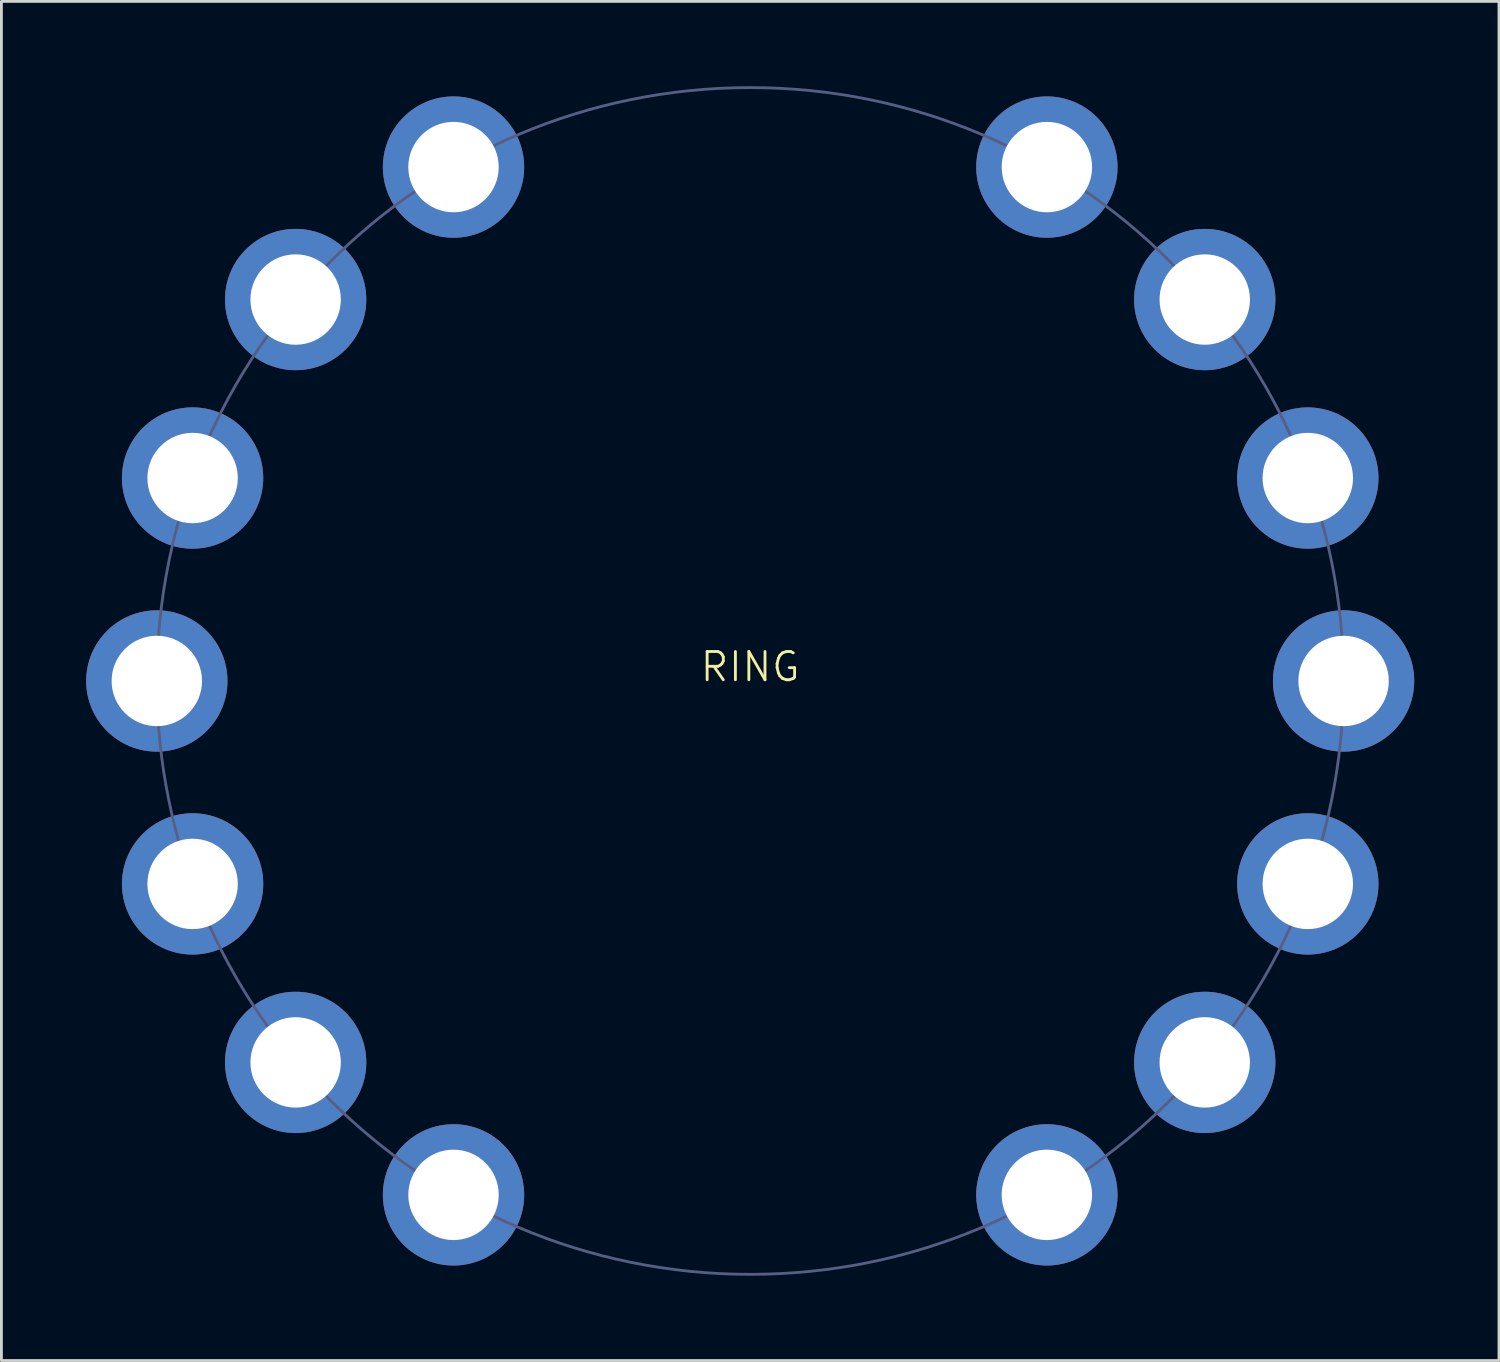
<source format=kicad_pcb>
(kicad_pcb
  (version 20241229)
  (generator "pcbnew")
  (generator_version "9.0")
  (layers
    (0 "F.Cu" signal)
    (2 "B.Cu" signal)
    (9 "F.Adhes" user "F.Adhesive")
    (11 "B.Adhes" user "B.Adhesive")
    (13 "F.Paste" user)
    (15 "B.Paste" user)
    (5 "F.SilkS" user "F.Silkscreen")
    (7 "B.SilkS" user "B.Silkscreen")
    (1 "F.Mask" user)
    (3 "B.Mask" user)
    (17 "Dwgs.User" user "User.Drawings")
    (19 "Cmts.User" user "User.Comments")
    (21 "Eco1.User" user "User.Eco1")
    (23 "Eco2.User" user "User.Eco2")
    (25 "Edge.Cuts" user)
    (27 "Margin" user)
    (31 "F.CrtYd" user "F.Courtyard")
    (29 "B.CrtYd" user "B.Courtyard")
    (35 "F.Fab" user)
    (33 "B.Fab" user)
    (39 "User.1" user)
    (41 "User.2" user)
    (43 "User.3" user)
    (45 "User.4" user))
  (footprint "RING"
    (layer "F.Cu")
    (at 23.5 21.05)
    (property "Reference" "RING" (at 0 -0.5 0) (unlocked yes) (layer "F.SilkS") (effects (font (size 1 1) (thickness 0.1))))
    (attr through_hole)
    (fp_circle (center 0 0) (end 21 0) (stroke (width 0.1) (type default)) (fill no) (layer "B.Fab"))
    (pad "1" thru_hole circle (at -10.5 -18.187 300) (size 5 5) (drill 3.2) (layers "*.Cu" "*.Mask"))
    (pad "2" thru_hole circle (at -16.087 -13.499 320) (size 5 5) (drill 3.2) (layers "*.Cu" "*.Mask"))
    (pad "3" thru_hole circle (at -19.734 -7.182 340) (size 5 5) (drill 3.2) (layers "*.Cu" "*.Mask"))
    (pad "4" thru_hole circle (at -21 0) (size 5 5) (drill 3.2) (layers "*.Cu" "*.Mask"))
    (pad "5" thru_hole circle (at -19.734 7.182 20) (size 5 5) (drill 3.2) (layers "*.Cu" "*.Mask"))
    (pad "6" thru_hole circle (at -16.087 13.499 40) (size 5 5) (drill 3.2) (layers "*.Cu" "*.Mask"))
    (pad "7" thru_hole circle (at -10.5 18.187 60) (size 5 5) (drill 3.2) (layers "*.Cu" "*.Mask"))
    (pad "8" thru_hole circle (at 10.5 18.187 120) (size 5 5) (drill 3.2) (layers "*.Cu" "*.Mask"))
    (pad "9" thru_hole circle (at 16.087 13.499 140) (size 5 5) (drill 3.2) (layers "*.Cu" "*.Mask"))
    (pad "10" thru_hole circle (at 19.734 7.182 160) (size 5 5) (drill 3.2) (layers "*.Cu" "*.Mask"))
    (pad "11" thru_hole circle (at 21 0 180) (size 5 5) (drill 3.2) (layers "*.Cu" "*.Mask"))
    (pad "12" thru_hole circle (at 19.734 -7.182 200) (size 5 5) (drill 3.2) (layers "*.Cu" "*.Mask"))
    (pad "13" thru_hole circle (at 16.087 -13.499 220) (size 5 5) (drill 3.2) (layers "*.Cu" "*.Mask"))
    (pad "14" thru_hole circle (at 10.5 -18.187 240) (size 5 5) (drill 3.2) (layers "*.Cu" "*.Mask")))
  (gr_rect
    (start -3 -3)
    (end 50 45.1)
    (stroke (width 0.1) (type default))
    (fill no)
    (layer "Edge.Cuts")))
</source>
